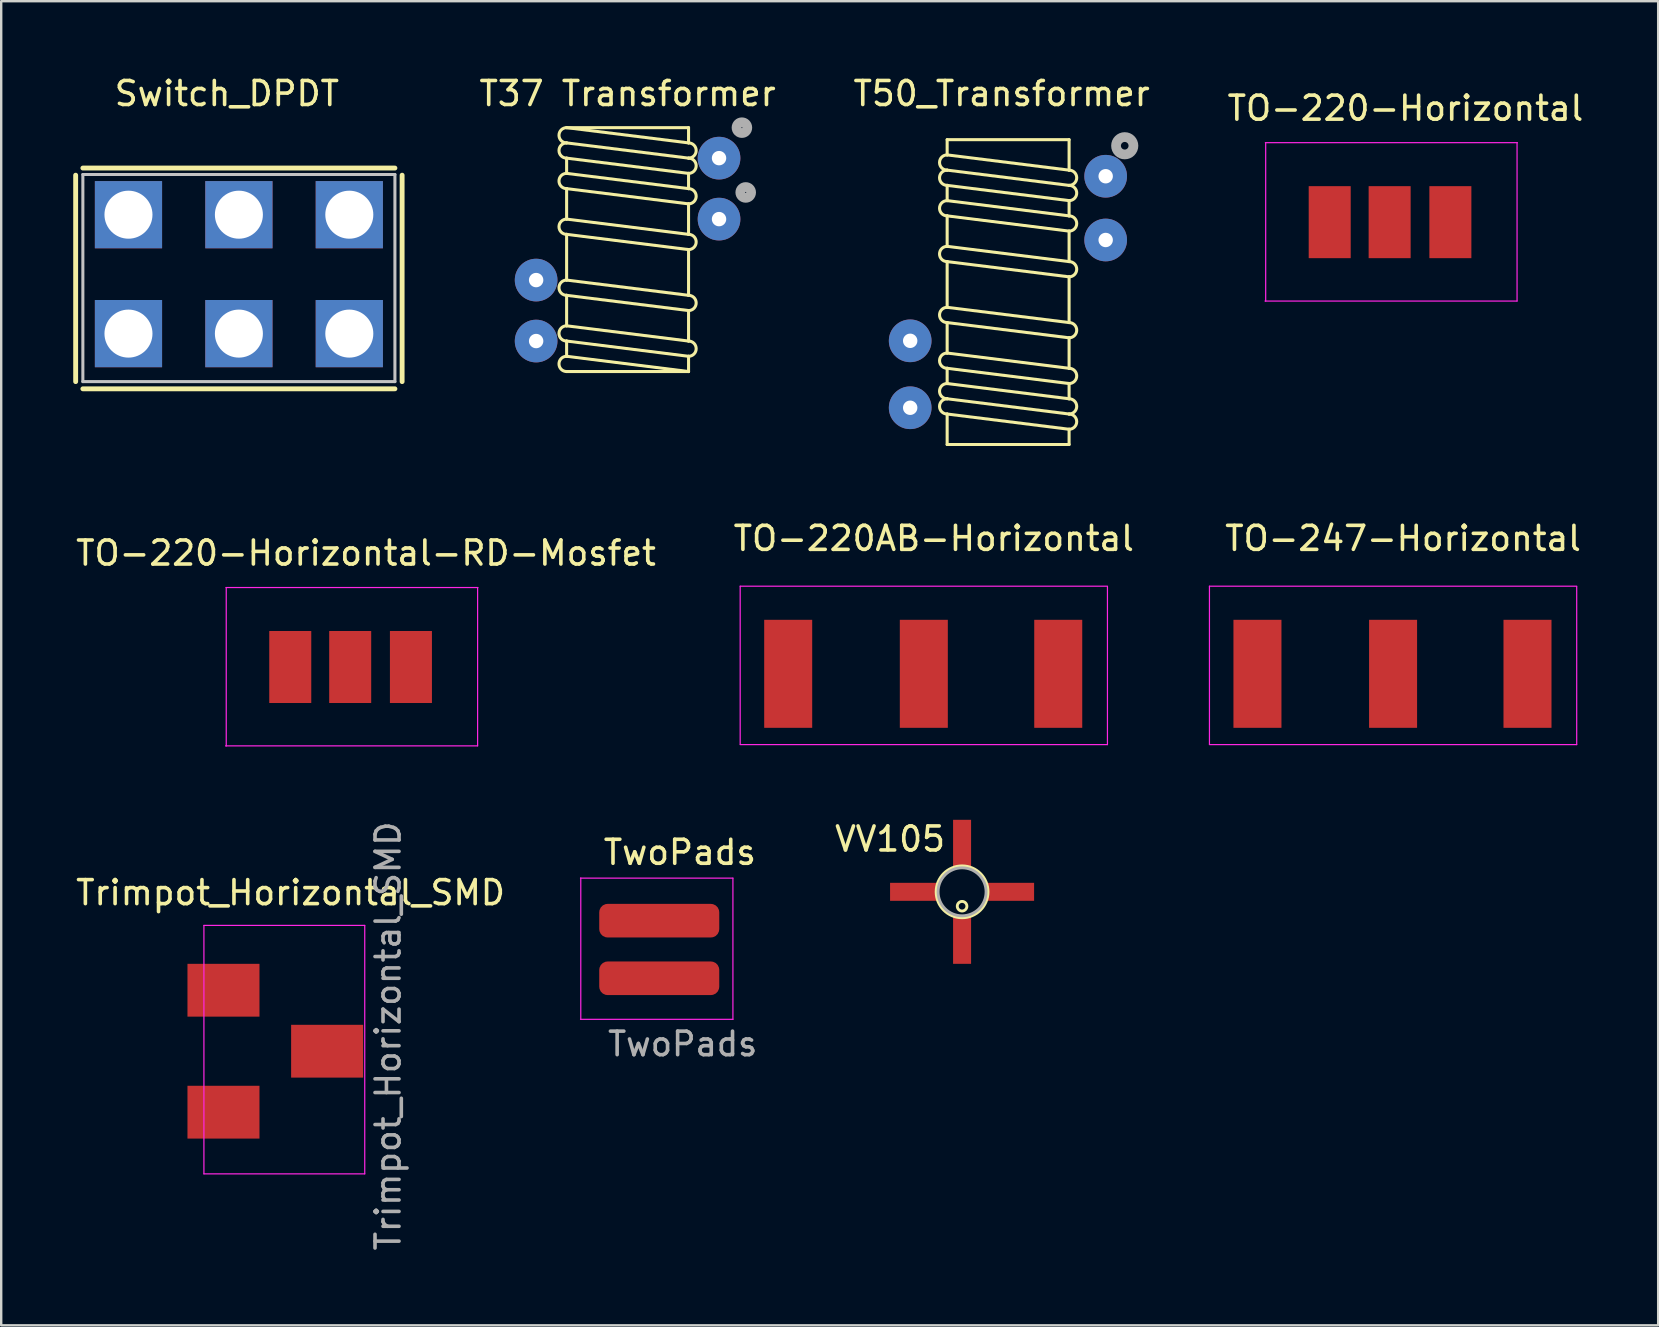
<source format=kicad_pcb>
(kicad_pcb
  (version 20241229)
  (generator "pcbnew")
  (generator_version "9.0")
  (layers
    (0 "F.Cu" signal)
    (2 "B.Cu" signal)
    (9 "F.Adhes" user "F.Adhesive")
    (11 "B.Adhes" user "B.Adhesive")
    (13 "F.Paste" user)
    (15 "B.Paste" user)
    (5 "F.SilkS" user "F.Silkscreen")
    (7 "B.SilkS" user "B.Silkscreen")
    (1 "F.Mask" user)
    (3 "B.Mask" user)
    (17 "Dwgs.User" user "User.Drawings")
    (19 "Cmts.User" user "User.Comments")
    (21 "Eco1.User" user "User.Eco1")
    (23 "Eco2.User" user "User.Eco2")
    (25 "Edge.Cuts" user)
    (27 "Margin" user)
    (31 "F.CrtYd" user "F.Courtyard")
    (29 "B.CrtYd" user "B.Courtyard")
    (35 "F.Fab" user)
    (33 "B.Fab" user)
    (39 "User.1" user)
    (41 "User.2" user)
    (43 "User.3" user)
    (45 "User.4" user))
  (footprint "TO-247-Horizontal"
    (layer "F.Cu")
    (at 54.835 22.521)
    (property "Reference" "TO-247-Horizontal" (at 0.565 -3.141 0) (layer "F.SilkS") (effects (font (size 1 1) (thickness 0.15))))
    (attr through_hole)
    (fp_line (start -7.5 -1.15) (end 7.8 -1.15) (stroke (width 0.05) (type solid)) (layer "F.CrtYd"))
    (fp_line (start -7.5 5.437) (end -7.5 -1.15) (stroke (width 0.05) (type solid)) (layer "F.CrtYd"))
    (fp_line (start -7.5 5.45) (end 7.8 5.45) (stroke (width 0.05) (type solid)) (layer "F.CrtYd"))
    (fp_line (start 7.8 5.45) (end 7.8 -1.137) (stroke (width 0.05) (type solid)) (layer "F.CrtYd"))
    (pad "1" smd rect (at -5.5 2.5) (size 2 4.5) (layers "F.Cu" "F.Mask" "F.Paste"))
    (pad "1" smd rect (at 5.75 2.5) (size 2 4.5) (layers "F.Cu" "F.Mask" "F.Paste"))
    (pad "2" smd rect (at 0.15 2.5) (size 2 4.5) (layers "F.Cu" "F.Mask" "F.Paste")))
  (footprint "T50_Transformer"
    (layer "F.Cu")
    (at 38.678 0.348)
    (property "Reference" "T50_Transformer" (at 0 0.5 0) (layer "F.SilkS") (effects (font (size 1 1) (thickness 0.15))))
    (attr through_hole)
    (fp_line (start -2.27 2.42) (end -2.27 3.055) (stroke (width 0.127) (type solid)) (layer "F.SilkS"))
    (fp_line (start -2.27 3.055) (end 2.81 3.69) (stroke (width 0.127) (type solid)) (layer "F.SilkS"))
    (fp_line (start -2.27 3.69) (end 2.81 4.325) (stroke (width 0.127) (type solid)) (layer "F.SilkS"))
    (fp_line (start -2.27 4.325) (end -2.27 4.96) (stroke (width 0.127) (type solid)) (layer "F.SilkS"))
    (fp_line (start -2.27 4.325) (end 2.81 4.96) (stroke (width 0.127) (type solid)) (layer "F.SilkS"))
    (fp_line (start -2.27 4.96) (end 2.81 5.595) (stroke (width 0.127) (type solid)) (layer "F.SilkS"))
    (fp_line (start -2.27 5.595) (end -2.27 6.865) (stroke (width 0.127) (type solid)) (layer "F.SilkS"))
    (fp_line (start -2.27 5.595) (end 2.81 6.23) (stroke (width 0.127) (type solid)) (layer "F.SilkS"))
    (fp_line (start -2.27 6.865) (end 2.81 7.5) (stroke (width 0.127) (type solid)) (layer "F.SilkS"))
    (fp_line (start -2.27 7.5) (end -2.27 9.405) (stroke (width 0.127) (type solid)) (layer "F.SilkS"))
    (fp_line (start -2.27 7.5) (end 2.81 8.135) (stroke (width 0.127) (type solid)) (layer "F.SilkS"))
    (fp_line (start -2.27 9.405) (end 2.81 10.04) (stroke (width 0.127) (type solid)) (layer "F.SilkS"))
    (fp_line (start -2.27 10.04) (end -2.27 11.31) (stroke (width 0.127) (type solid)) (layer "F.SilkS"))
    (fp_line (start -2.27 10.04) (end 2.81 10.675) (stroke (width 0.127) (type solid)) (layer "F.SilkS"))
    (fp_line (start -2.27 11.31) (end 2.81 11.945) (stroke (width 0.127) (type solid)) (layer "F.SilkS"))
    (fp_line (start -2.27 11.945) (end -2.27 12.58) (stroke (width 0.127) (type solid)) (layer "F.SilkS"))
    (fp_line (start -2.27 11.945) (end 2.81 12.58) (stroke (width 0.127) (type solid)) (layer "F.SilkS"))
    (fp_line (start -2.27 12.58) (end 2.81 13.215) (stroke (width 0.127) (type solid)) (layer "F.SilkS"))
    (fp_line (start -2.27 13.215) (end 2.81 13.85) (stroke (width 0.127) (type solid)) (layer "F.SilkS"))
    (fp_line (start -2.27 13.85) (end -2.27 15.12) (stroke (width 0.127) (type solid)) (layer "F.SilkS"))
    (fp_line (start -2.27 13.85) (end 2.81 14.485) (stroke (width 0.127) (type solid)) (layer "F.SilkS"))
    (fp_line (start -2.27 15.12) (end 2.81 15.12) (stroke (width 0.127) (type solid)) (layer "F.SilkS"))
    (fp_line (start 2.81 2.42) (end -2.27 2.42) (stroke (width 0.127) (type solid)) (layer "F.SilkS"))
    (fp_line (start 2.81 3.69) (end 2.81 2.42) (stroke (width 0.127) (type solid)) (layer "F.SilkS"))
    (fp_line (start 2.81 5.595) (end 2.81 4.96) (stroke (width 0.127) (type solid)) (layer "F.SilkS"))
    (fp_line (start 2.81 7.5) (end 2.81 6.23) (stroke (width 0.127) (type solid)) (layer "F.SilkS"))
    (fp_line (start 2.81 10.04) (end 2.81 8.135) (stroke (width 0.127) (type solid)) (layer "F.SilkS"))
    (fp_line (start 2.81 11.945) (end 2.81 10.675) (stroke (width 0.127) (type solid)) (layer "F.SilkS"))
    (fp_line (start 2.81 13.215) (end 2.81 12.58) (stroke (width 0.127) (type solid)) (layer "F.SilkS"))
    (fp_line (start 2.81 15.12) (end 2.81 14.485) (stroke (width 0.127) (type solid)) (layer "F.SilkS"))
    (fp_arc (start -2.27 3.69) (mid -2.5875 3.3725) (end -2.27 3.055) (stroke (width 0.127) (type solid)) (layer "F.SilkS"))
    (fp_arc (start -2.27 4.325) (mid -2.5875 4.0075) (end -2.27 3.69) (stroke (width 0.127) (type solid)) (layer "F.SilkS"))
    (fp_arc (start -2.27 5.595) (mid -2.5875 5.2775) (end -2.27 4.96) (stroke (width 0.127) (type solid)) (layer "F.SilkS"))
    (fp_arc (start -2.27 7.5) (mid -2.5875 7.1825) (end -2.27 6.865) (stroke (width 0.127) (type solid)) (layer "F.SilkS"))
    (fp_arc (start -2.27 10.04) (mid -2.5875 9.7225) (end -2.27 9.405) (stroke (width 0.127) (type solid)) (layer "F.SilkS"))
    (fp_arc (start -2.27 11.945) (mid -2.5875 11.6275) (end -2.27 11.31) (stroke (width 0.127) (type solid)) (layer "F.SilkS"))
    (fp_arc (start -2.27 13.215) (mid -2.5875 12.8975) (end -2.27 12.58) (stroke (width 0.127) (type solid)) (layer "F.SilkS"))
    (fp_arc (start -2.27 13.85) (mid -2.5875 13.5325) (end -2.27 13.215) (stroke (width 0.127) (type solid)) (layer "F.SilkS"))
    (fp_arc (start 2.81 3.69) (mid 3.1275 4.0075) (end 2.81 4.325) (stroke (width 0.127) (type solid)) (layer "F.SilkS"))
    (fp_arc (start 2.81 4.325) (mid 3.1275 4.6425) (end 2.81 4.96) (stroke (width 0.127) (type solid)) (layer "F.SilkS"))
    (fp_arc (start 2.81 5.595) (mid 3.1275 5.9125) (end 2.81 6.23) (stroke (width 0.127) (type solid)) (layer "F.SilkS"))
    (fp_arc (start 2.81 7.5) (mid 3.1275 7.8175) (end 2.81 8.135) (stroke (width 0.127) (type solid)) (layer "F.SilkS"))
    (fp_arc (start 2.81 10.04) (mid 3.1275 10.3575) (end 2.81 10.675) (stroke (width 0.127) (type solid)) (layer "F.SilkS"))
    (fp_arc (start 2.81 11.945) (mid 3.1275 12.2625) (end 2.81 12.58) (stroke (width 0.127) (type solid)) (layer "F.SilkS"))
    (fp_arc (start 2.81 13.215) (mid 3.1275 13.5325) (end 2.81 13.85) (stroke (width 0.127) (type solid)) (layer "F.SilkS"))
    (fp_arc (start 2.81 13.85) (mid 3.1275 14.1675) (end 2.81 14.485) (stroke (width 0.127) (type solid)) (layer "F.SilkS"))
    (fp_circle (center 5.128 2.674) (end 5.287 2.674) (stroke (width 0.406) (type solid)) (fill no) (layer "F.Fab"))
    (pad "C1A" thru_hole circle (at -3.81 13.589) (size 1.778 1.778) (drill 0.6) (layers "*.Cu" "*.Mask"))
    (pad "C1B" thru_hole circle (at 4.334 6.6) (size 1.778 1.778) (drill 0.6) (layers "*.Cu" "*.Mask"))
    (pad "C2A" thru_hole circle (at -3.81 10.8) (size 1.778 1.778) (drill 0.6) (layers "*.Cu" "*.Mask"))
    (pad "C2B" thru_hole circle (at 4.334 3.944) (size 1.778 1.778) (drill 0.6) (layers "*.Cu" "*.Mask")))
  (footprint "TO-220AB-Horizontal"
    (layer "F.Cu")
    (at 35.286 22.521)
    (property "Reference" "TO-220AB-Horizontal" (at 0.565 -3.141 0) (layer "F.SilkS") (effects (font (size 1 1) (thickness 0.15))))
    (attr through_hole)
    (fp_line (start -7.5 -1.15) (end 7.8 -1.15) (stroke (width 0.05) (type solid)) (layer "F.CrtYd"))
    (fp_line (start -7.5 5.437) (end -7.5 -1.15) (stroke (width 0.05) (type solid)) (layer "F.CrtYd"))
    (fp_line (start -7.5 5.45) (end 7.8 5.45) (stroke (width 0.05) (type solid)) (layer "F.CrtYd"))
    (fp_line (start 7.8 5.45) (end 7.8 -1.137) (stroke (width 0.05) (type solid)) (layer "F.CrtYd"))
    (pad "1" smd rect (at -5.5 2.5) (size 2 4.5) (layers "F.Cu" "F.Mask" "F.Paste"))
    (pad "1" smd rect (at 5.75 2.5) (size 2 4.5) (layers "F.Cu" "F.Mask" "F.Paste"))
    (pad "2" smd rect (at 0.15 2.5) (size 2 4.5) (layers "F.Cu" "F.Mask" "F.Paste")))
  (footprint "Trimpot_Horizontal_SMD"
    (layer "F.Cu")
    (at 8.292 35.409)
    (property "Reference" "Trimpot_Horizontal_SMD" (at 0.762 -1.27 0) (layer "F.SilkS") (effects (font (size 1 1) (thickness 0.15))))
    (attr through_hole)
    (fp_line (start -2.847 0.094) (end -2.847 10.444) (stroke (width 0.05) (type solid)) (layer "F.CrtYd"))
    (fp_line (start -2.847 10.444) (end 3.853 10.444) (stroke (width 0.05) (type solid)) (layer "F.CrtYd"))
    (fp_line (start 3.853 0.094) (end -2.847 0.094) (stroke (width 0.05) (type solid)) (layer "F.CrtYd"))
    (fp_line (start 3.853 10.444) (end 3.853 0.094) (stroke (width 0.05) (type solid)) (layer "F.CrtYd"))
    (fp_text user "${REFERENCE}" (at 4.826 4.699 90) (layer "F.Fab") (effects (font (size 1 1) (thickness 0.15))))
    (pad "1" smd rect (at -2.032 2.794) (size 3 2.2) (layers "F.Cu" "F.Mask" "F.Paste"))
    (pad "2" smd rect (at 2.286 5.334) (size 3 2.2) (layers "F.Cu" "F.Mask" "F.Paste"))
    (pad "3" smd rect (at -2.032 7.874) (size 3 2.2) (layers "F.Cu" "F.Mask" "F.Paste")))
  (footprint "TO-220-Horizontal-RD-Mosfet"
    (layer "F.Cu")
    (at 11.732 18.782)
    (property "Reference" "TO-220-Horizontal-RD-Mosfet" (at 0.465 1.209 0) (layer "F.SilkS") (effects (font (size 1 1) (thickness 0.15))))
    (attr through_hole)
    (fp_line (start -5.385 9.241) (end 5.115 9.241) (stroke (width 0.05) (type solid)) (layer "F.CrtYd"))
    (fp_line (start -5.37 2.644) (end 5.13 2.644) (stroke (width 0.05) (type solid)) (layer "F.CrtYd"))
    (fp_line (start -5.357 9.248) (end -5.357 2.662) (stroke (width 0.05) (type solid)) (layer "F.CrtYd"))
    (fp_line (start 5.115 9.241) (end 5.115 2.654) (stroke (width 0.05) (type solid)) (layer "F.CrtYd"))
    (pad "1" smd rect (at -0.193 5.955) (size 1.75 3) (layers "F.Cu" "F.Mask" "F.Paste"))
    (pad "2" smd rect (at -2.69 5.955) (size 1.75 3) (layers "F.Cu" "F.Mask" "F.Paste"))
    (pad "3" smd rect (at 2.337 5.955) (size 1.75 3) (layers "F.Cu" "F.Mask" "F.Paste")))
  (footprint "T37 Transformer"
    (layer "F.Cu")
    (at 23.095 0.348)
    (property "Reference" "T37 Transformer" (at 0 0.5 0) (layer "F.SilkS") (effects (font (size 1 1) (thickness 0.15))))
    (attr through_hole)
    (fp_line (start -2.54 1.92) (end 2.54 2.555) (stroke (width 0.127) (type solid)) (layer "F.SilkS"))
    (fp_line (start -2.54 2.555) (end 2.54 3.19) (stroke (width 0.127) (type solid)) (layer "F.SilkS"))
    (fp_line (start -2.54 3.19) (end -2.54 3.825) (stroke (width 0.127) (type solid)) (layer "F.SilkS"))
    (fp_line (start -2.54 3.19) (end 2.54 3.825) (stroke (width 0.127) (type solid)) (layer "F.SilkS"))
    (fp_line (start -2.54 3.825) (end 2.54 4.46) (stroke (width 0.127) (type solid)) (layer "F.SilkS"))
    (fp_line (start -2.54 4.46) (end -2.54 5.73) (stroke (width 0.127) (type solid)) (layer "F.SilkS"))
    (fp_line (start -2.54 4.46) (end 2.54 5.095) (stroke (width 0.127) (type solid)) (layer "F.SilkS"))
    (fp_line (start -2.54 5.73) (end 2.54 6.365) (stroke (width 0.127) (type solid)) (layer "F.SilkS"))
    (fp_line (start -2.54 6.365) (end -2.54 8.27) (stroke (width 0.127) (type solid)) (layer "F.SilkS"))
    (fp_line (start -2.54 6.365) (end 2.54 7) (stroke (width 0.127) (type solid)) (layer "F.SilkS"))
    (fp_line (start -2.54 8.27) (end 2.54 8.905) (stroke (width 0.127) (type solid)) (layer "F.SilkS"))
    (fp_line (start -2.54 8.905) (end -2.54 10.175) (stroke (width 0.127) (type solid)) (layer "F.SilkS"))
    (fp_line (start -2.54 8.905) (end 2.54 9.54) (stroke (width 0.127) (type solid)) (layer "F.SilkS"))
    (fp_line (start -2.54 10.175) (end 2.54 10.81) (stroke (width 0.127) (type solid)) (layer "F.SilkS"))
    (fp_line (start -2.54 10.81) (end -2.54 11.445) (stroke (width 0.127) (type solid)) (layer "F.SilkS"))
    (fp_line (start -2.54 10.81) (end 2.54 11.445) (stroke (width 0.127) (type solid)) (layer "F.SilkS"))
    (fp_line (start -2.54 11.445) (end 2.54 12.08) (stroke (width 0.127) (type solid)) (layer "F.SilkS"))
    (fp_line (start -2.54 12.08) (end 2.54 12.08) (stroke (width 0.127) (type solid)) (layer "F.SilkS"))
    (fp_line (start 2.54 1.92) (end -2.54 1.92) (stroke (width 0.127) (type solid)) (layer "F.SilkS"))
    (fp_line (start 2.54 2.555) (end 2.54 1.92) (stroke (width 0.127) (type solid)) (layer "F.SilkS"))
    (fp_line (start 2.54 4.46) (end 2.54 3.825) (stroke (width 0.127) (type solid)) (layer "F.SilkS"))
    (fp_line (start 2.54 6.365) (end 2.54 5.095) (stroke (width 0.127) (type solid)) (layer "F.SilkS"))
    (fp_line (start 2.54 8.905) (end 2.54 7) (stroke (width 0.127) (type solid)) (layer "F.SilkS"))
    (fp_line (start 2.54 10.81) (end 2.54 9.54) (stroke (width 0.127) (type solid)) (layer "F.SilkS"))
    (fp_line (start 2.54 12.08) (end 2.54 11.445) (stroke (width 0.127) (type solid)) (layer "F.SilkS"))
    (fp_arc (start -2.54 2.555) (mid -2.8575 2.2375) (end -2.54 1.92) (stroke (width 0.127) (type solid)) (layer "F.SilkS"))
    (fp_arc (start -2.54 3.19) (mid -2.8575 2.8725) (end -2.54 2.555) (stroke (width 0.127) (type solid)) (layer "F.SilkS"))
    (fp_arc (start -2.54 4.46) (mid -2.8575 4.1425) (end -2.54 3.825) (stroke (width 0.127) (type solid)) (layer "F.SilkS"))
    (fp_arc (start -2.54 6.365) (mid -2.8575 6.0475) (end -2.54 5.73) (stroke (width 0.127) (type solid)) (layer "F.SilkS"))
    (fp_arc (start -2.54 8.905) (mid -2.8575 8.5875) (end -2.54 8.27) (stroke (width 0.127) (type solid)) (layer "F.SilkS"))
    (fp_arc (start -2.54 10.81) (mid -2.8575 10.4925) (end -2.54 10.175) (stroke (width 0.127) (type solid)) (layer "F.SilkS"))
    (fp_arc (start -2.54 12.08) (mid -2.8575 11.7625) (end -2.54 11.445) (stroke (width 0.127) (type solid)) (layer "F.SilkS"))
    (fp_arc (start 2.54 2.555) (mid 2.8575 2.8725) (end 2.54 3.19) (stroke (width 0.127) (type solid)) (layer "F.SilkS"))
    (fp_arc (start 2.54 3.19) (mid 2.8575 3.5075) (end 2.54 3.825) (stroke (width 0.127) (type solid)) (layer "F.SilkS"))
    (fp_arc (start 2.54 4.46) (mid 2.8575 4.7775) (end 2.54 5.095) (stroke (width 0.127) (type solid)) (layer "F.SilkS"))
    (fp_arc (start 2.54 6.365) (mid 2.8575 6.6825) (end 2.54 7) (stroke (width 0.127) (type solid)) (layer "F.SilkS"))
    (fp_arc (start 2.54 8.905) (mid 2.8575 9.2225) (end 2.54 9.54) (stroke (width 0.127) (type solid)) (layer "F.SilkS"))
    (fp_arc (start 2.54 10.81) (mid 2.8575 11.1275) (end 2.54 11.445) (stroke (width 0.127) (type solid)) (layer "F.SilkS"))
    (fp_circle (center 4.763 1.92) (end 4.987 1.92) (stroke (width 0.406) (type solid)) (fill no) (layer "F.Fab"))
    (fp_circle (center 4.921 4.619) (end 5.146 4.619) (stroke (width 0.406) (type solid)) (fill no) (layer "F.Fab"))
    (pad "C1A" thru_hole circle (at -3.81 10.81) (size 1.778 1.778) (drill 0.6) (layers "*.Cu" "*.Mask"))
    (pad "C1B" thru_hole circle (at 3.81 5.73) (size 1.778 1.778) (drill 0.6) (layers "*.Cu" "*.Mask"))
    (pad "C2A" thru_hole circle (at -3.81 8.27) (size 1.778 1.778) (drill 0.6) (layers "*.Cu" "*.Mask"))
    (pad "C2B" thru_hole circle (at 3.81 3.19) (size 1.778 1.778) (drill 0.6) (layers "*.Cu" "*.Mask")))
  (footprint "VV105"
    (layer "F.Cu")
    (at 37.03 34.103)
    (property "Reference" "VV105" (at -3 -2.2 0) (layer "F.SilkS") (effects (font (size 1 1) (thickness 0.15))))
    (attr through_hole)
    (fp_circle (center 0 0) (end 1.08 0) (stroke (width 0.12) (type solid)) (fill no) (layer "F.SilkS"))
    (fp_circle (center 0 0.6) (end 0.2 0.6) (stroke (width 0.12) (type solid)) (fill no) (layer "F.SilkS"))
    (fp_circle (center 0 0) (end 0.8 0.6) (stroke (width 0.12) (type solid)) (fill no) (layer "F.Fab"))
    (pad "1" smd rect (at 0 2 90) (size 2 0.75) (layers "F.Cu" "F.Mask" "F.Paste"))
    (pad "2" smd rect (at 2 0) (size 2 0.75) (layers "F.Cu" "F.Mask" "F.Paste"))
    (pad "3" smd rect (at 0 -2 90) (size 2 0.75) (layers "F.Cu" "F.Mask" "F.Paste"))
    (pad "4" smd rect (at -2 0) (size 2 0.75) (layers "F.Cu" "F.Mask" "F.Paste")))
  (footprint "TO-220-Horizontal"
    (layer "F.Cu")
    (at 55.035 0.25)
    (property "Reference" "TO-220-Horizontal" (at 0.465 1.209 0) (layer "F.SilkS") (effects (font (size 1 1) (thickness 0.15))))
    (attr through_hole)
    (fp_line (start -5.385 9.241) (end 5.115 9.241) (stroke (width 0.05) (type solid)) (layer "F.CrtYd"))
    (fp_line (start -5.37 2.644) (end 5.13 2.644) (stroke (width 0.05) (type solid)) (layer "F.CrtYd"))
    (fp_line (start -5.357 9.248) (end -5.357 2.662) (stroke (width 0.05) (type solid)) (layer "F.CrtYd"))
    (fp_line (start 5.115 9.241) (end 5.115 2.654) (stroke (width 0.05) (type solid)) (layer "F.CrtYd"))
    (pad "1" smd rect (at -2.69 5.955) (size 1.75 3) (layers "F.Cu" "F.Mask" "F.Paste"))
    (pad "2" smd rect (at -0.193 5.955) (size 1.75 3) (layers "F.Cu" "F.Mask" "F.Paste"))
    (pad "3" smd rect (at 2.337 5.955) (size 1.75 3) (layers "F.Cu" "F.Mask" "F.Paste")))
  (footprint "TwoPads"
    (layer "F.Cu")
    (at 24.714 31.305)
    (property "Reference" "TwoPads" (at 0.559 1.153 0) (layer "F.SilkS") (effects (font (size 1 1) (thickness 0.15))))
    (attr through_hole)
    (fp_line (start -3.569 2.223) (end -3.569 8.102) (stroke (width 0.05) (type solid)) (layer "F.CrtYd"))
    (fp_line (start 2.769 2.228) (end -3.581 2.228) (stroke (width 0.05) (type solid)) (layer "F.CrtYd"))
    (fp_line (start 2.769 2.228) (end 2.769 8.108) (stroke (width 0.05) (type solid)) (layer "F.CrtYd"))
    (fp_line (start 2.771 8.11) (end -3.579 8.11) (stroke (width 0.05) (type solid)) (layer "F.CrtYd"))
    (fp_text user "${REFERENCE}" (at 0.676 9.136 0) (layer "F.Fab") (effects (font (size 0.98 0.98) (thickness 0.15))))
    (pad "1" smd roundrect (at -0.3 6.4) (size 5 1.4) (layers "F.Cu" "F.Mask" "F.Paste") (roundrect_rratio 0.25))
    (pad "2" smd roundrect (at -0.3 4) (size 5 1.4) (layers "F.Cu" "F.Mask" "F.Paste") (roundrect_rratio 0.25)))
  (footprint "Switch_DPDT"
    (layer "F.Cu")
    (at 6.402 0.348)
    (property "Reference" "Switch_DPDT" (at 0 0.5 0) (layer "F.SilkS") (effects (font (size 1 1) (thickness 0.15))))
    (attr through_hole)
    (fp_line (start -6.3 3.9) (end -6.3 12.5) (stroke (width 0.203) (type solid)) (layer "F.SilkS"))
    (fp_line (start -6 3.603) (end 7 3.603) (stroke (width 0.203) (type solid)) (layer "F.SilkS"))
    (fp_line (start -6 12.8) (end 7 12.8) (stroke (width 0.203) (type solid)) (layer "F.SilkS"))
    (fp_line (start 7.3 3.9) (end 7.3 12.5) (stroke (width 0.203) (type solid)) (layer "F.SilkS"))
    (fp_line (start -6 3.872) (end -6 12.5) (stroke (width 0.127) (type solid)) (layer "Dwgs.User"))
    (fp_line (start -6 12.5) (end 7 12.5) (stroke (width 0.127) (type solid)) (layer "Dwgs.User"))
    (fp_line (start 7 3.872) (end -6 3.872) (stroke (width 0.127) (type solid)) (layer "Dwgs.User"))
    (fp_line (start 7 12.5) (end 7 3.872) (stroke (width 0.127) (type solid)) (layer "Dwgs.User"))
    (pad "1" thru_hole rect (at -4.1 5.546) (size 2.8 2.8) (drill 2) (layers "*.Cu" "*.Mask"))
    (pad "2" thru_hole rect (at 0.5 5.546) (size 2.8 2.8) (drill 2) (layers "*.Cu" "*.Mask"))
    (pad "3" thru_hole rect (at 5.1 5.546) (size 2.8 2.8) (drill 2) (layers "*.Cu" "*.Mask"))
    (pad "4" thru_hole rect (at 5.1 10.5 90) (size 2.8 2.8) (drill 2) (layers "*.Cu" "*.Mask"))
    (pad "5" thru_hole rect (at 0.5 10.5) (size 2.8 2.8) (drill 2) (layers "*.Cu" "*.Mask"))
    (pad "6" thru_hole rect (at -4.1 10.5) (size 2.8 2.8) (drill 2) (layers "*.Cu" "*.Mask")))
  (gr_rect
    (start -3 -3)
    (end 66.029 52.162)
    (stroke (width 0.1) (type default))
    (fill no)
    (layer "Edge.Cuts")))
</source>
